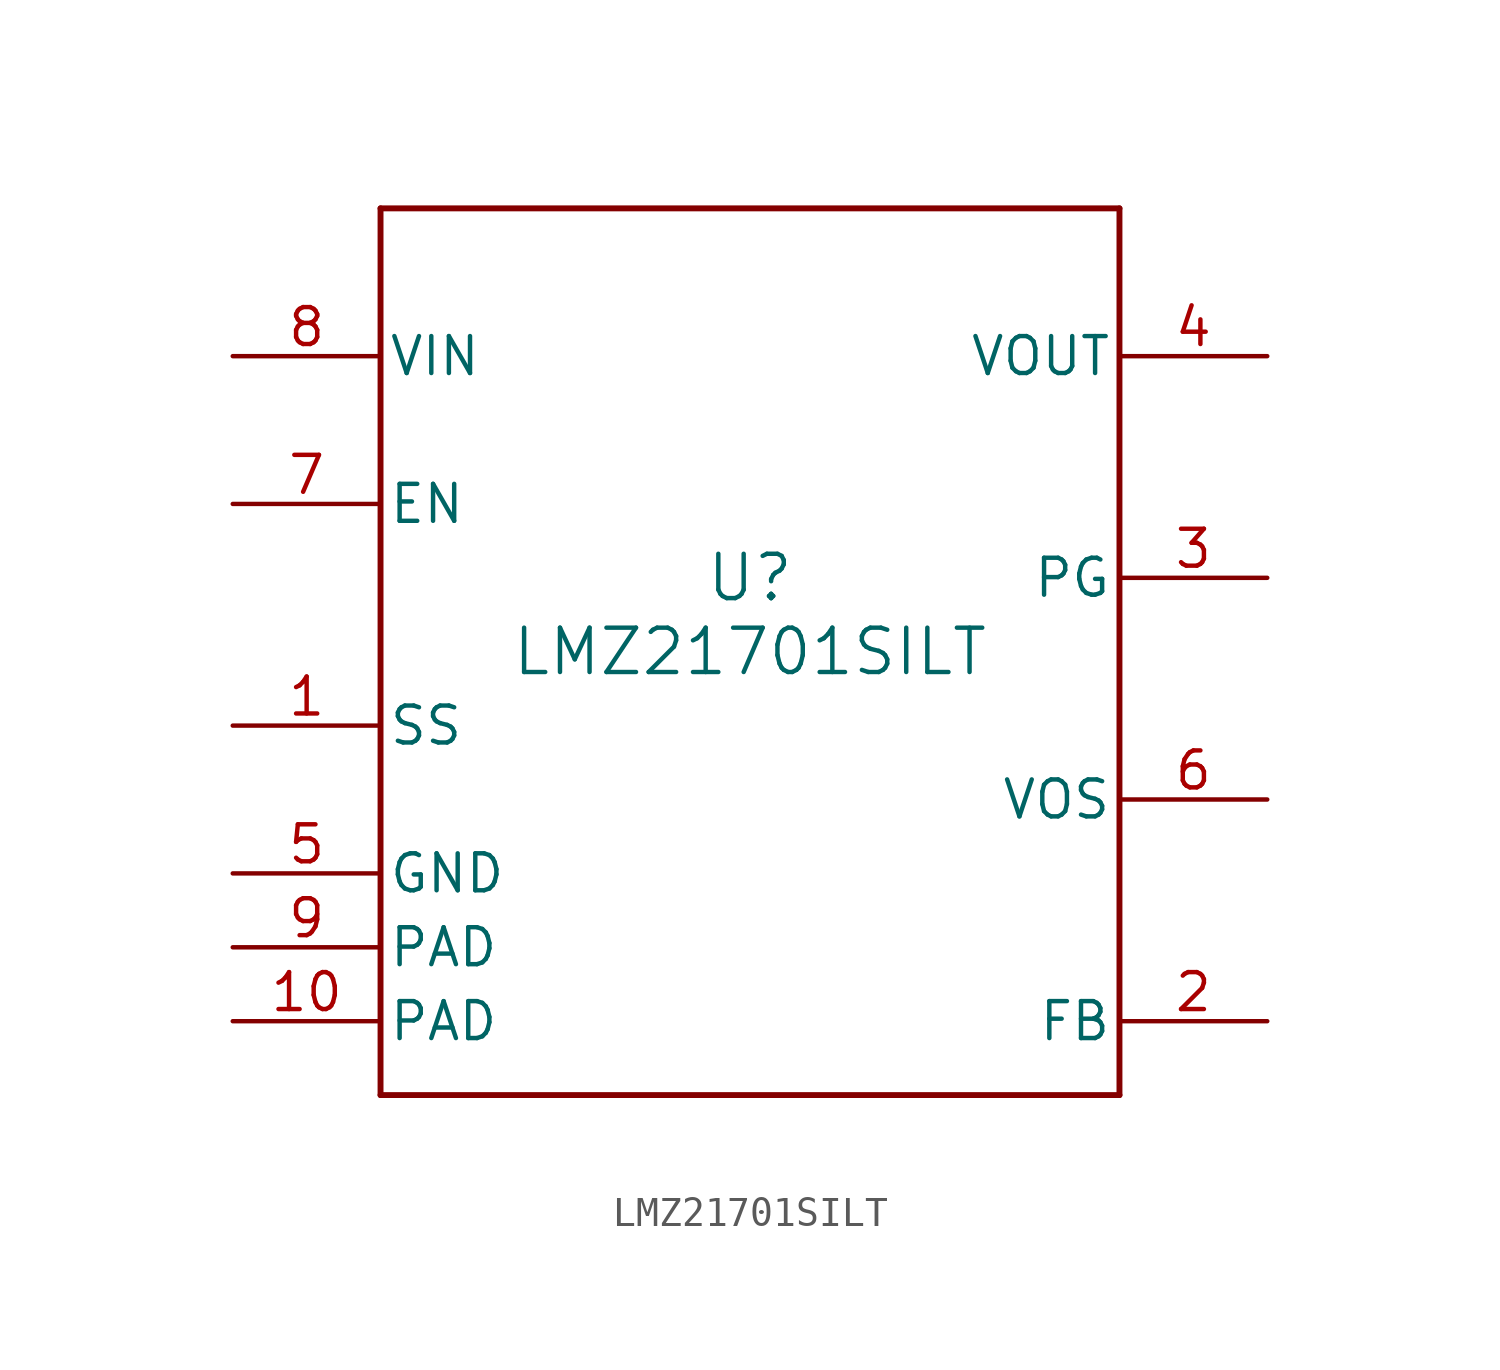
<source format=kicad_sym>
(kicad_symbol_lib
  (version 20211014)
  (generator kicad_symbol_editor)
  (symbol "LMZ21701SILT"
    (pin_names
      (offset 0.254))
    (property "Reference" "U"
      (at 0 2.54 0)
      (effects (font (size 1.524 1.524))))
    (property "Value" "LMZ21701SILT"
      (at 0 0 0)
      (effects (font (size 1.524 1.524))))
    (symbol "LMZ21701SILT_0_1"
      (polyline (pts (xy -12.7 -15.24) (xy 12.7 -15.24)) (stroke (width 0.203) (type default) (color 0 0 0 0)) (fill (type none)))
      (polyline (pts (xy 12.7 -15.24) (xy 12.7 15.24)) (stroke (width 0.203) (type default) (color 0 0 0 0)) (fill (type none)))
      (polyline (pts (xy 12.7 15.24) (xy -12.7 15.24)) (stroke (width 0.203) (type default) (color 0 0 0 0)) (fill (type none)))
      (polyline (pts (xy -12.7 15.24) (xy -12.7 -15.24)) (stroke (width 0.203) (type default) (color 0 0 0 0)) (fill (type none)))
      (pin input line (at -17.78 -2.54 0) (length 5.08) (name "SS" (effects (font (size 1.27 1.27)))) (number "1" (effects (font (size 1.27 1.27)))))
      (pin input line (at 17.78 -12.7 180) (length 5.08) (name "FB" (effects (font (size 1.27 1.27)))) (number "2" (effects (font (size 1.27 1.27)))))
      (pin open_collector line (at 17.78 2.54 180) (length 5.08) (name "PG" (effects (font (size 1.27 1.27)))) (number "3" (effects (font (size 1.27 1.27)))))
      (pin power_in line (at 17.78 10.16 180) (length 5.08) (name "VOUT" (effects (font (size 1.27 1.27)))) (number "4" (effects (font (size 1.27 1.27)))))
      (pin power_in line (at -17.78 -7.62 0) (length 5.08) (name "GND" (effects (font (size 1.27 1.27)))) (number "5" (effects (font (size 1.27 1.27)))))
      (pin input line (at 17.78 -5.08 180) (length 5.08) (name "VOS" (effects (font (size 1.27 1.27)))) (number "6" (effects (font (size 1.27 1.27)))))
      (pin input line (at -17.78 5.08 0) (length 5.08) (name "EN" (effects (font (size 1.27 1.27)))) (number "7" (effects (font (size 1.27 1.27)))))
      (pin power_in line (at -17.78 10.16 0) (length 5.08) (name "VIN" (effects (font (size 1.27 1.27)))) (number "8" (effects (font (size 1.27 1.27)))))
      (pin power_in line (at -17.78 -10.16 0) (length 5.08) (name "PAD" (effects (font (size 1.27 1.27)))) (number "9" (effects (font (size 1.27 1.27)))))
      (pin power_in line (at -17.78 -12.7 0) (length 5.08) (name "PAD" (effects (font (size 1.27 1.27)))) (number "10" (effects (font (size 1.27 1.27))))))))
</source>
